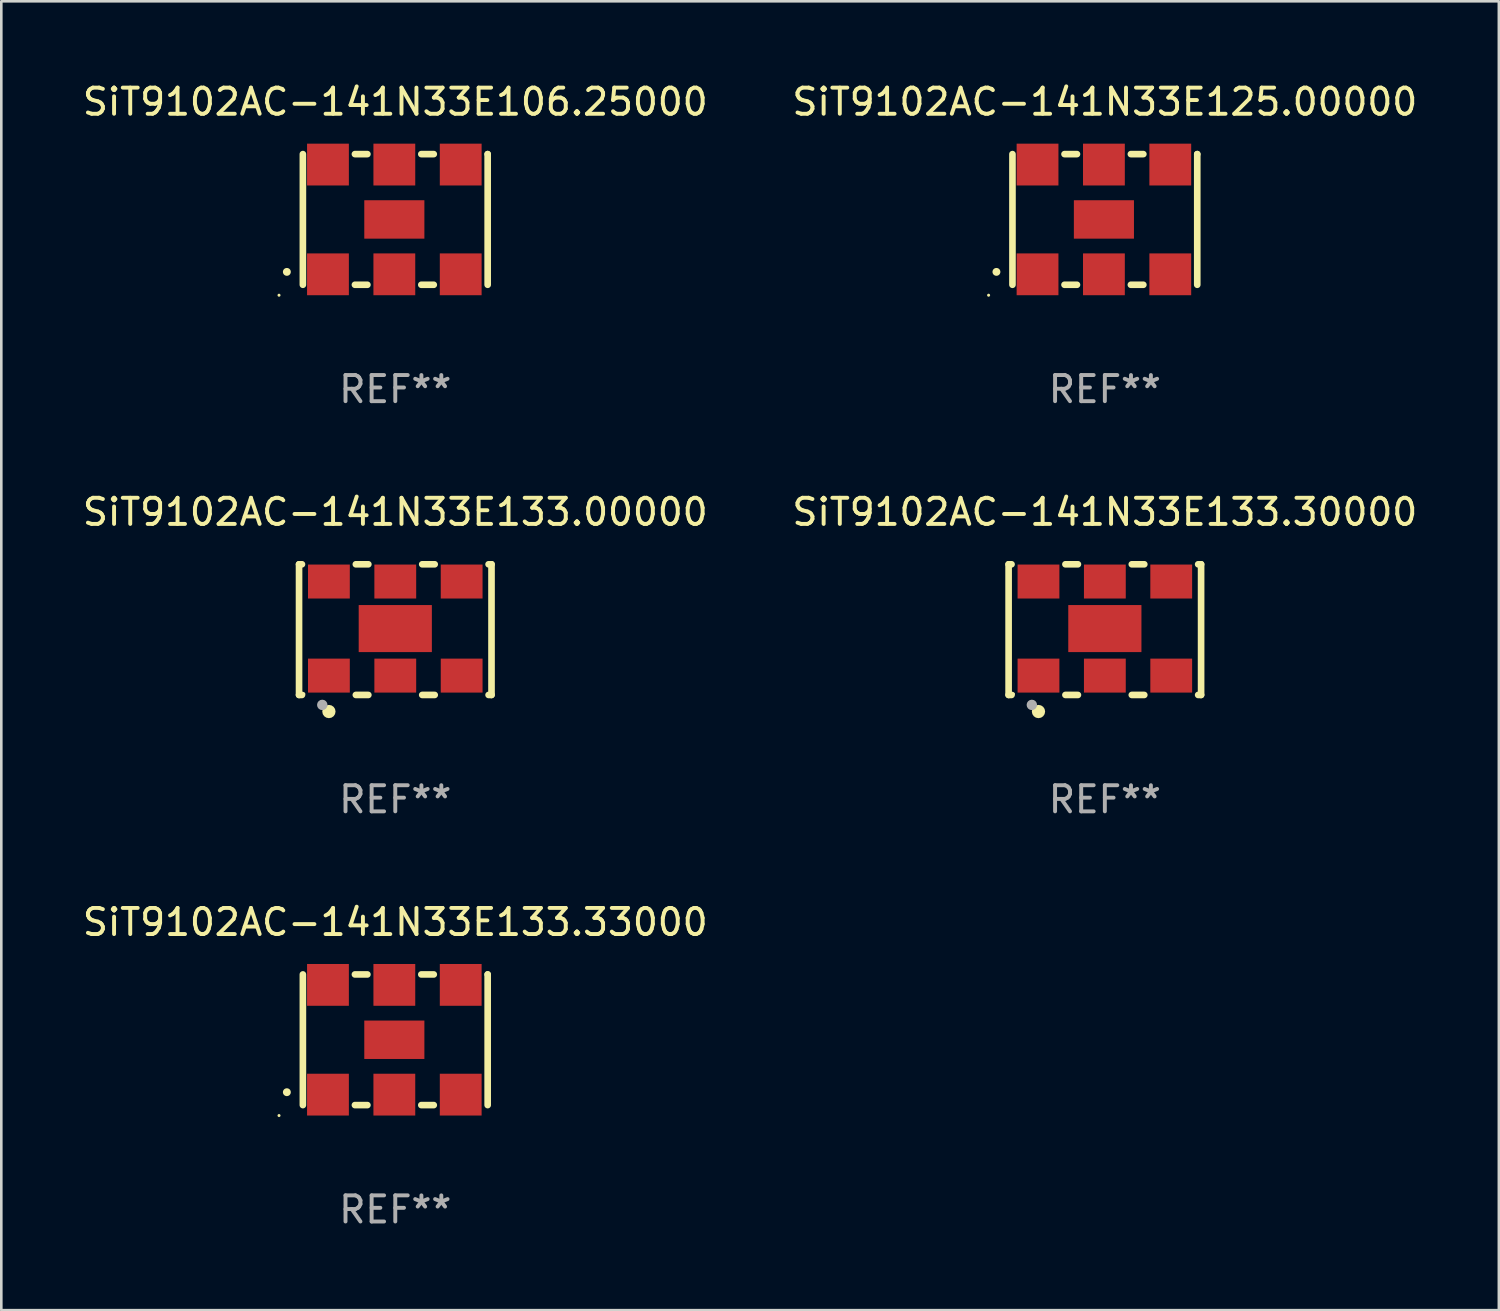
<source format=kicad_pcb>
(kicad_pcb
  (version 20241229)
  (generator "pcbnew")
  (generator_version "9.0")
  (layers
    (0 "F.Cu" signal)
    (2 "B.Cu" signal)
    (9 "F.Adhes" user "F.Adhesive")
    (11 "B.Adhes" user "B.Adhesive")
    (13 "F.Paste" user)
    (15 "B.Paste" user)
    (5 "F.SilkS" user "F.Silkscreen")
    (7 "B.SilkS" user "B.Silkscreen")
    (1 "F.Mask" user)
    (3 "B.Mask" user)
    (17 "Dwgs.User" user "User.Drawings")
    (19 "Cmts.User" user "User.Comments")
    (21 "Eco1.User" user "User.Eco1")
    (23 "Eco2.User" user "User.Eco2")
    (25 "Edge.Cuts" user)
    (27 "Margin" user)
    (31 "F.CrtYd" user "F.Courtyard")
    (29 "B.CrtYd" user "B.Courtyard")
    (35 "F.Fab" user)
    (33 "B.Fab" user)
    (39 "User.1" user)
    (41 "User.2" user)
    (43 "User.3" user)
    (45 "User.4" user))
  (footprint "SiT9102AC-141N33E133.00000"
    (layer "F.Cu")
    (at 12.077 21.045)
    (property "Reference" "SiT9102AC-141N33E133.00000" (at 0 -4.5 0) (layer "F.SilkS") (effects (font (size 1 1) (thickness 0.15))))
    (attr through_hole)
    (fp_line (start -3.683 -2.5) (end -3.571 -2.5) (stroke (width 0.254) (type solid)) (layer "F.SilkS"))
    (fp_line (start -3.683 2.5) (end -3.683 -2.5) (stroke (width 0.254) (type solid)) (layer "F.SilkS"))
    (fp_line (start -3.683 2.5) (end -3.571 2.5) (stroke (width 0.254) (type solid)) (layer "F.SilkS"))
    (fp_line (start -1.509 -2.5) (end -1.031 -2.5) (stroke (width 0.254) (type solid)) (layer "F.SilkS"))
    (fp_line (start -1.509 2.5) (end -1.031 2.5) (stroke (width 0.254) (type solid)) (layer "F.SilkS"))
    (fp_line (start 1.031 -2.5) (end 1.509 -2.5) (stroke (width 0.254) (type solid)) (layer "F.SilkS"))
    (fp_line (start 1.031 2.5) (end 1.509 2.5) (stroke (width 0.254) (type solid)) (layer "F.SilkS"))
    (fp_line (start 3.571 -2.5) (end 3.683 -2.5) (stroke (width 0.254) (type solid)) (layer "F.SilkS"))
    (fp_line (start 3.571 2.5) (end 3.683 2.5) (stroke (width 0.254) (type solid)) (layer "F.SilkS"))
    (fp_line (start 3.683 2.5) (end 3.683 -2.5) (stroke (width 0.254) (type solid)) (layer "F.SilkS"))
    (fp_circle (center -3.5 2.46) (end -3.47 2.46) (stroke (width 0.06) (type solid)) (fill no) (layer "F.SilkS"))
    (fp_circle (center -2.54 3.135) (end -2.413 3.135) (stroke (width 0.254) (type solid)) (fill no) (layer "F.SilkS"))
    (fp_circle (center -2.794 2.881) (end -2.694 2.881) (stroke (width 0.2) (type solid)) (fill no) (layer "F.Fab"))
    (fp_text user "REF**" (at 0 6.5 0) (layer "F.Fab") (effects (font (size 1 1) (thickness 0.15))))
    (pad "1" smd rect (at -2.54 1.76) (size 1.6 1.3) (layers "F.Cu" "F.Mask" "F.Paste"))
    (pad "2" smd rect (at 0 1.76) (size 1.6 1.3) (layers "F.Cu" "F.Mask" "F.Paste"))
    (pad "3" smd rect (at 2.54 1.76) (size 1.6 1.3) (layers "F.Cu" "F.Mask" "F.Paste"))
    (pad "4" smd rect (at 2.54 -1.84) (size 1.6 1.3) (layers "F.Cu" "F.Mask" "F.Paste"))
    (pad "5" smd rect (at 0 -1.84) (size 1.6 1.3) (layers "F.Cu" "F.Mask" "F.Paste"))
    (pad "6" smd rect (at -2.54 -1.84) (size 1.6 1.3) (layers "F.Cu" "F.Mask" "F.Paste"))
    (pad "7" smd rect (at 0 -0.04) (size 2.8 1.8) (layers "F.Cu" "F.Mask" "F.Paste")))
  (footprint "SiT9102AC-141N33E133.33000"
    (layer "F.Cu")
    (at 12.077 36.741)
    (property "Reference" "SiT9102AC-141N33E133.33000" (at 0 -4.5 0) (layer "F.SilkS") (effects (font (size 1 1) (thickness 0.15))))
    (attr through_hole)
    (fp_line (start -3.536 -2.5) (end -3.536 2.5) (stroke (width 0.254) (type solid)) (layer "F.SilkS"))
    (fp_line (start -1.544 2.5) (end -1.067 2.5) (stroke (width 0.254) (type solid)) (layer "F.SilkS"))
    (fp_line (start -1.067 -2.5) (end -1.544 -2.5) (stroke (width 0.254) (type solid)) (layer "F.SilkS"))
    (fp_line (start 0.996 2.5) (end 1.473 2.5) (stroke (width 0.254) (type solid)) (layer "F.SilkS"))
    (fp_line (start 1.473 -2.5) (end 0.996 -2.5) (stroke (width 0.254) (type solid)) (layer "F.SilkS"))
    (fp_line (start 3.536 -2.5) (end 3.536 -2.5) (stroke (width 0.254) (type solid)) (layer "F.SilkS"))
    (fp_line (start 3.536 2.5) (end 3.536 -2.5) (stroke (width 0.254) (type solid)) (layer "F.SilkS"))
    (fp_arc (start -4.150432 2.006604) (mid -4.149162 2.006599) (end -4.147892 2.006604) (stroke (width 0.3) (type solid)) (layer "F.SilkS"))
    (fp_circle (center -4.449 2.9) (end -4.419 2.9) (stroke (width 0.06) (type solid)) (fill no) (layer "F.SilkS"))
    (fp_text user "REF**" (at 0 6.5 0) (layer "F.Fab") (effects (font (size 1 1) (thickness 0.15))))
    (pad "1" smd rect (at -2.576 2.1) (size 1.6 1.6) (layers "F.Cu" "F.Mask" "F.Paste"))
    (pad "2" smd rect (at -0.036 2.1) (size 1.6 1.6) (layers "F.Cu" "F.Mask" "F.Paste"))
    (pad "3" smd rect (at 2.504 2.1) (size 1.6 1.6) (layers "F.Cu" "F.Mask" "F.Paste"))
    (pad "4" smd rect (at 2.504 -2.1) (size 1.6 1.6) (layers "F.Cu" "F.Mask" "F.Paste"))
    (pad "5" smd rect (at -0.036 -2.1) (size 1.6 1.6) (layers "F.Cu" "F.Mask" "F.Paste"))
    (pad "6" smd rect (at -2.576 -2.1) (size 1.6 1.6) (layers "F.Cu" "F.Mask" "F.Paste"))
    (pad "7" smd rect (at -0.036 0) (size 2.3 1.47) (layers "F.Cu" "F.Mask" "F.Paste")))
  (footprint "SiT9102AC-141N33E133.30000"
    (layer "F.Cu")
    (at 39.232 21.045)
    (property "Reference" "SiT9102AC-141N33E133.30000" (at 0 -4.5 0) (layer "F.SilkS") (effects (font (size 1 1) (thickness 0.15))))
    (attr through_hole)
    (fp_line (start -3.683 -2.5) (end -3.571 -2.5) (stroke (width 0.254) (type solid)) (layer "F.SilkS"))
    (fp_line (start -3.683 2.5) (end -3.683 -2.5) (stroke (width 0.254) (type solid)) (layer "F.SilkS"))
    (fp_line (start -3.683 2.5) (end -3.571 2.5) (stroke (width 0.254) (type solid)) (layer "F.SilkS"))
    (fp_line (start -1.509 -2.5) (end -1.031 -2.5) (stroke (width 0.254) (type solid)) (layer "F.SilkS"))
    (fp_line (start -1.509 2.5) (end -1.031 2.5) (stroke (width 0.254) (type solid)) (layer "F.SilkS"))
    (fp_line (start 1.031 -2.5) (end 1.509 -2.5) (stroke (width 0.254) (type solid)) (layer "F.SilkS"))
    (fp_line (start 1.031 2.5) (end 1.509 2.5) (stroke (width 0.254) (type solid)) (layer "F.SilkS"))
    (fp_line (start 3.571 -2.5) (end 3.683 -2.5) (stroke (width 0.254) (type solid)) (layer "F.SilkS"))
    (fp_line (start 3.571 2.5) (end 3.683 2.5) (stroke (width 0.254) (type solid)) (layer "F.SilkS"))
    (fp_line (start 3.683 2.5) (end 3.683 -2.5) (stroke (width 0.254) (type solid)) (layer "F.SilkS"))
    (fp_circle (center -3.5 2.46) (end -3.47 2.46) (stroke (width 0.06) (type solid)) (fill no) (layer "F.SilkS"))
    (fp_circle (center -2.54 3.135) (end -2.413 3.135) (stroke (width 0.254) (type solid)) (fill no) (layer "F.SilkS"))
    (fp_circle (center -2.794 2.881) (end -2.694 2.881) (stroke (width 0.2) (type solid)) (fill no) (layer "F.Fab"))
    (fp_text user "REF**" (at 0 6.5 0) (layer "F.Fab") (effects (font (size 1 1) (thickness 0.15))))
    (pad "1" smd rect (at -2.54 1.76) (size 1.6 1.3) (layers "F.Cu" "F.Mask" "F.Paste"))
    (pad "2" smd rect (at 0 1.76) (size 1.6 1.3) (layers "F.Cu" "F.Mask" "F.Paste"))
    (pad "3" smd rect (at 2.54 1.76) (size 1.6 1.3) (layers "F.Cu" "F.Mask" "F.Paste"))
    (pad "4" smd rect (at 2.54 -1.84) (size 1.6 1.3) (layers "F.Cu" "F.Mask" "F.Paste"))
    (pad "5" smd rect (at 0 -1.84) (size 1.6 1.3) (layers "F.Cu" "F.Mask" "F.Paste"))
    (pad "6" smd rect (at -2.54 -1.84) (size 1.6 1.3) (layers "F.Cu" "F.Mask" "F.Paste"))
    (pad "7" smd rect (at 0 -0.04) (size 2.8 1.8) (layers "F.Cu" "F.Mask" "F.Paste")))
  (footprint "SiT9102AC-141N33E125.00000"
    (layer "F.Cu")
    (at 39.232 5.348)
    (property "Reference" "SiT9102AC-141N33E125.00000" (at 0 -4.5 0) (layer "F.SilkS") (effects (font (size 1 1) (thickness 0.15))))
    (attr through_hole)
    (fp_line (start -3.536 -2.5) (end -3.536 2.5) (stroke (width 0.254) (type solid)) (layer "F.SilkS"))
    (fp_line (start -1.544 2.5) (end -1.067 2.5) (stroke (width 0.254) (type solid)) (layer "F.SilkS"))
    (fp_line (start -1.067 -2.5) (end -1.544 -2.5) (stroke (width 0.254) (type solid)) (layer "F.SilkS"))
    (fp_line (start 0.996 2.5) (end 1.473 2.5) (stroke (width 0.254) (type solid)) (layer "F.SilkS"))
    (fp_line (start 1.473 -2.5) (end 0.996 -2.5) (stroke (width 0.254) (type solid)) (layer "F.SilkS"))
    (fp_line (start 3.536 -2.5) (end 3.536 -2.5) (stroke (width 0.254) (type solid)) (layer "F.SilkS"))
    (fp_line (start 3.536 2.5) (end 3.536 -2.5) (stroke (width 0.254) (type solid)) (layer "F.SilkS"))
    (fp_arc (start -4.150432 2.006604) (mid -4.149162 2.006599) (end -4.147892 2.006604) (stroke (width 0.3) (type solid)) (layer "F.SilkS"))
    (fp_circle (center -4.449 2.9) (end -4.419 2.9) (stroke (width 0.06) (type solid)) (fill no) (layer "F.SilkS"))
    (fp_text user "REF**" (at 0 6.5 0) (layer "F.Fab") (effects (font (size 1 1) (thickness 0.15))))
    (pad "1" smd rect (at -2.576 2.1) (size 1.6 1.6) (layers "F.Cu" "F.Mask" "F.Paste"))
    (pad "2" smd rect (at -0.036 2.1) (size 1.6 1.6) (layers "F.Cu" "F.Mask" "F.Paste"))
    (pad "3" smd rect (at 2.504 2.1) (size 1.6 1.6) (layers "F.Cu" "F.Mask" "F.Paste"))
    (pad "4" smd rect (at 2.504 -2.1) (size 1.6 1.6) (layers "F.Cu" "F.Mask" "F.Paste"))
    (pad "5" smd rect (at -0.036 -2.1) (size 1.6 1.6) (layers "F.Cu" "F.Mask" "F.Paste"))
    (pad "6" smd rect (at -2.576 -2.1) (size 1.6 1.6) (layers "F.Cu" "F.Mask" "F.Paste"))
    (pad "7" smd rect (at -0.036 0) (size 2.3 1.47) (layers "F.Cu" "F.Mask" "F.Paste")))
  (footprint "SiT9102AC-141N33E106.25000"
    (layer "F.Cu")
    (at 12.077 5.348)
    (property "Reference" "SiT9102AC-141N33E106.25000" (at 0 -4.5 0) (layer "F.SilkS") (effects (font (size 1 1) (thickness 0.15))))
    (attr through_hole)
    (fp_line (start -3.536 -2.5) (end -3.536 2.5) (stroke (width 0.254) (type solid)) (layer "F.SilkS"))
    (fp_line (start -1.544 2.5) (end -1.067 2.5) (stroke (width 0.254) (type solid)) (layer "F.SilkS"))
    (fp_line (start -1.067 -2.5) (end -1.544 -2.5) (stroke (width 0.254) (type solid)) (layer "F.SilkS"))
    (fp_line (start 0.996 2.5) (end 1.473 2.5) (stroke (width 0.254) (type solid)) (layer "F.SilkS"))
    (fp_line (start 1.473 -2.5) (end 0.996 -2.5) (stroke (width 0.254) (type solid)) (layer "F.SilkS"))
    (fp_line (start 3.536 -2.5) (end 3.536 -2.5) (stroke (width 0.254) (type solid)) (layer "F.SilkS"))
    (fp_line (start 3.536 2.5) (end 3.536 -2.5) (stroke (width 0.254) (type solid)) (layer "F.SilkS"))
    (fp_arc (start -4.150432 2.006604) (mid -4.149162 2.006599) (end -4.147892 2.006604) (stroke (width 0.3) (type solid)) (layer "F.SilkS"))
    (fp_circle (center -4.449 2.9) (end -4.419 2.9) (stroke (width 0.06) (type solid)) (fill no) (layer "F.SilkS"))
    (fp_text user "REF**" (at 0 6.5 0) (layer "F.Fab") (effects (font (size 1 1) (thickness 0.15))))
    (pad "1" smd rect (at -2.576 2.1) (size 1.6 1.6) (layers "F.Cu" "F.Mask" "F.Paste"))
    (pad "2" smd rect (at -0.036 2.1) (size 1.6 1.6) (layers "F.Cu" "F.Mask" "F.Paste"))
    (pad "3" smd rect (at 2.504 2.1) (size 1.6 1.6) (layers "F.Cu" "F.Mask" "F.Paste"))
    (pad "4" smd rect (at 2.504 -2.1) (size 1.6 1.6) (layers "F.Cu" "F.Mask" "F.Paste"))
    (pad "5" smd rect (at -0.036 -2.1) (size 1.6 1.6) (layers "F.Cu" "F.Mask" "F.Paste"))
    (pad "6" smd rect (at -2.576 -2.1) (size 1.6 1.6) (layers "F.Cu" "F.Mask" "F.Paste"))
    (pad "7" smd rect (at -0.036 0) (size 2.3 1.47) (layers "F.Cu" "F.Mask" "F.Paste")))
  (gr_rect
    (start -3 -3)
    (end 54.31 47.09)
    (stroke (width 0.1) (type default))
    (fill no)
    (layer "Edge.Cuts")))
</source>
